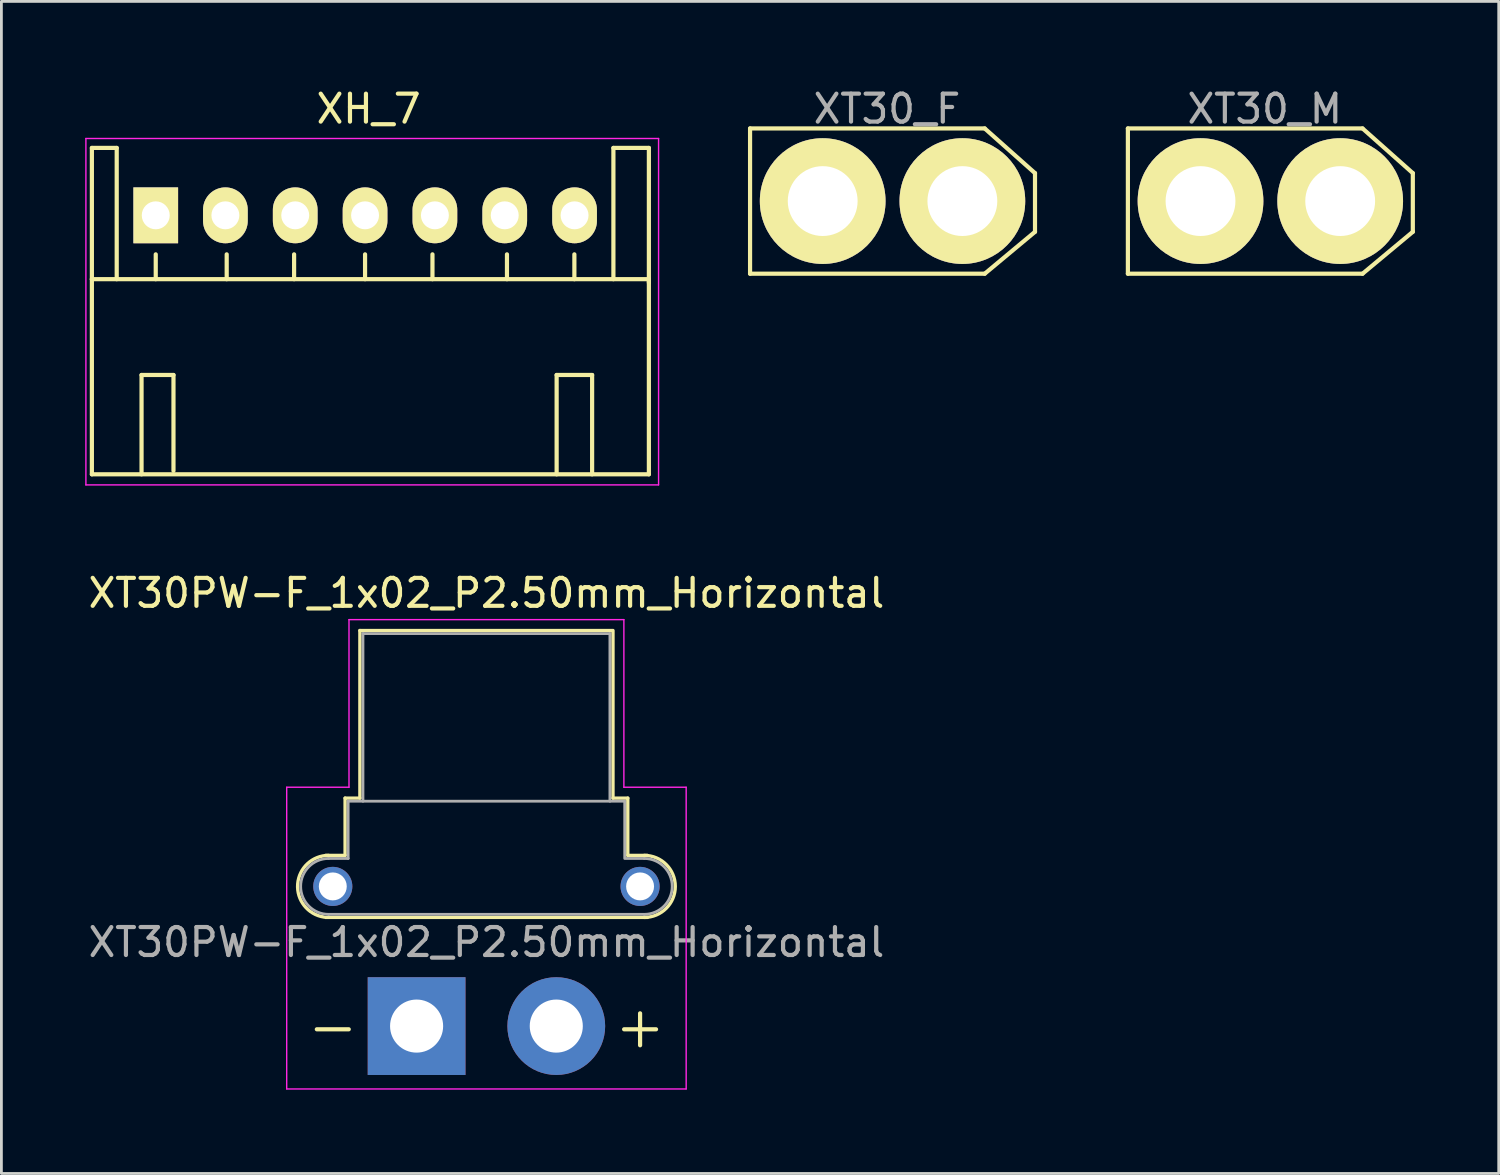
<source format=kicad_pcb>
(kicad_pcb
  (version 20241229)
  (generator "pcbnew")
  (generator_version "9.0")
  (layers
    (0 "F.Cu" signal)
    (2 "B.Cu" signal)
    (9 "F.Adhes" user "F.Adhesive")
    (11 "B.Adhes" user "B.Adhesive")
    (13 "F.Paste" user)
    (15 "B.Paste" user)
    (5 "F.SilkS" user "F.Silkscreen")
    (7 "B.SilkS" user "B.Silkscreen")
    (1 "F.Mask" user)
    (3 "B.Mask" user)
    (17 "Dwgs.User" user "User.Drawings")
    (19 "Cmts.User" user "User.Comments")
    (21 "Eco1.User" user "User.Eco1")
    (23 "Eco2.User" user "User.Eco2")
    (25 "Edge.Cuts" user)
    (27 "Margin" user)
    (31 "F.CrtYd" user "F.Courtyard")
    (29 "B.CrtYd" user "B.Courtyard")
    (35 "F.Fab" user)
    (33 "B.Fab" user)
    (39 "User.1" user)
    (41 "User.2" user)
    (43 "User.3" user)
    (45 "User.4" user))
  (footprint "XT30PW-F_1x02_P2.50mm_Horizontal"
    (layer "F.Cu")
    (at 11.863 33.681)
    (property "Reference" "XT30PW-F_1x02_P2.50mm_Horizontal" (at 2.5 -15.5 0) (layer "F.SilkS") (effects (font (size 1 1) (thickness 0.15))))
    (attr through_hole)
    (fp_line (start -3.26 -6.11) (end -2.56 -6.11) (stroke (width 0.12) (type solid)) (layer "F.SilkS"))
    (fp_line (start -3.26 -3.89) (end 8.26 -3.89) (stroke (width 0.12) (type solid)) (layer "F.SilkS"))
    (fp_line (start -2.56 -8.16) (end -2.56 -6.11) (stroke (width 0.12) (type solid)) (layer "F.SilkS"))
    (fp_line (start -2.56 -8.16) (end -2.03 -8.16) (stroke (width 0.12) (type solid)) (layer "F.SilkS"))
    (fp_line (start -2.03 -14.16) (end -2.03 -8.16) (stroke (width 0.12) (type solid)) (layer "F.SilkS"))
    (fp_line (start -2.03 -14.16) (end 7 -14.16) (stroke (width 0.12) (type solid)) (layer "F.SilkS"))
    (fp_line (start 7.03 -14.16) (end 7.03 -8.16) (stroke (width 0.12) (type solid)) (layer "F.SilkS"))
    (fp_line (start 7.03 -8.16) (end 7.56 -8.16) (stroke (width 0.12) (type solid)) (layer "F.SilkS"))
    (fp_line (start 7.56 -8.16) (end 7.56 -6.11) (stroke (width 0.12) (type solid)) (layer "F.SilkS"))
    (fp_line (start 7.56 -6.11) (end 8.26 -6.11) (stroke (width 0.12) (type solid)) (layer "F.SilkS"))
    (fp_arc (start -3.321729 -3.903365) (mid -4.256653 -5.086124) (end -3.15 -6.11) (stroke (width 0.12) (type solid)) (layer "F.SilkS"))
    (fp_arc (start 8.15 -6.11) (mid 9.26 -5) (end 8.15 -3.89) (stroke (width 0.12) (type solid)) (layer "F.SilkS"))
    (fp_line (start -4.65 -8.55) (end -4.65 2.25) (stroke (width 0.05) (type solid)) (layer "F.CrtYd"))
    (fp_line (start -4.65 -8.55) (end -2.42 -8.55) (stroke (width 0.05) (type solid)) (layer "F.CrtYd"))
    (fp_line (start -4.65 2.25) (end 9.65 2.25) (stroke (width 0.05) (type solid)) (layer "F.CrtYd"))
    (fp_line (start -2.42 -14.55) (end -2.42 -8.55) (stroke (width 0.05) (type solid)) (layer "F.CrtYd"))
    (fp_line (start -2.42 -14.55) (end 7.42 -14.55) (stroke (width 0.05) (type solid)) (layer "F.CrtYd"))
    (fp_line (start 7.42 -14.55) (end 7.42 -8.55) (stroke (width 0.05) (type solid)) (layer "F.CrtYd"))
    (fp_line (start 7.42 -8.55) (end 9.65 -8.55) (stroke (width 0.05) (type solid)) (layer "F.CrtYd"))
    (fp_line (start 9.65 -8.55) (end 9.65 2.25) (stroke (width 0.05) (type solid)) (layer "F.CrtYd"))
    (fp_line (start -3.15 -6) (end -2.45 -6) (stroke (width 0.1) (type solid)) (layer "F.Fab"))
    (fp_line (start -3.15 -4) (end 8.15 -4) (stroke (width 0.1) (type solid)) (layer "F.Fab"))
    (fp_line (start -2.45 -8.05) (end -2.45 -6) (stroke (width 0.1) (type solid)) (layer "F.Fab"))
    (fp_line (start -2.45 -8.05) (end 7.45 -8.05) (stroke (width 0.1) (type solid)) (layer "F.Fab"))
    (fp_line (start -1.92 -14.05) (end -1.92 -8.05) (stroke (width 0.1) (type solid)) (layer "F.Fab"))
    (fp_line (start -1.92 -14.05) (end 6.92 -14.05) (stroke (width 0.1) (type solid)) (layer "F.Fab"))
    (fp_line (start 6.92 -14.05) (end 6.92 -8.05) (stroke (width 0.1) (type solid)) (layer "F.Fab"))
    (fp_line (start 7.45 -8.05) (end 7.45 -6.05) (stroke (width 0.1) (type solid)) (layer "F.Fab"))
    (fp_line (start 7.45 -6) (end 8.15 -6) (stroke (width 0.1) (type solid)) (layer "F.Fab"))
    (fp_arc (start -3.15 -4) (mid -4.15 -5) (end -3.15 -6) (stroke (width 0.1) (type solid)) (layer "F.Fab"))
    (fp_arc (start 8.15 -6) (mid 9.15 -5) (end 8.15 -4) (stroke (width 0.1) (type solid)) (layer "F.Fab"))
    (fp_text user "+" (at 8 0 0) (layer "F.SilkS") (effects (font (size 1.5 1.5) (thickness 0.15))))
    (fp_text user "-" (at -3 0 0) (layer "F.SilkS") (effects (font (size 1.5 1.5) (thickness 0.15))))
    (fp_text user "${REFERENCE}" (at 2.5 -3 0) (layer "F.Fab") (effects (font (size 1 1) (thickness 0.15))))
    (pad "" thru_hole circle (at -3 -5 90) (size 1.4 1.4) (drill 1) (layers "*.Cu" "*.Mask"))
    (pad "" thru_hole circle (at 8 -5) (size 1.4 1.4) (drill 1) (layers "*.Cu" "*.Mask"))
    (pad "1" thru_hole rect (at 0 0) (size 3.5 3.5) (drill 1.9) (layers "*.Cu" "*.Mask"))
    (pad "2" thru_hole circle (at 5 0) (size 3.5 3.5) (drill 1.9) (layers "*.Cu" "*.Mask")))
  (footprint "XH_7"
    (layer "F.Cu")
    (at 2.525 4.658)
    (property "Reference" "XH_7" (at 7.62 -3.81 0) (layer "F.SilkS") (effects (font (size 1 1) (thickness 0.15))))
    (attr through_hole)
    (fp_line (start -2.286 -2.413) (end -1.397 -2.413) (stroke (width 0.15) (type solid)) (layer "F.SilkS"))
    (fp_line (start -2.286 2.286) (end -2.286 -2.413) (stroke (width 0.15) (type solid)) (layer "F.SilkS"))
    (fp_line (start -2.286 2.286) (end 17.653 2.286) (stroke (width 0.15) (type solid)) (layer "F.SilkS"))
    (fp_line (start -2.286 9.271) (end -2.286 2.286) (stroke (width 0.15) (type solid)) (layer "F.SilkS"))
    (fp_line (start -1.397 -2.413) (end -1.397 2.286) (stroke (width 0.15) (type solid)) (layer "F.SilkS"))
    (fp_line (start -0.508 5.715) (end 0.635 5.715) (stroke (width 0.15) (type solid)) (layer "F.SilkS"))
    (fp_line (start -0.508 9.271) (end -0.508 5.715) (stroke (width 0.15) (type solid)) (layer "F.SilkS"))
    (fp_line (start 0 2.286) (end 0 1.397) (stroke (width 0.15) (type solid)) (layer "F.SilkS"))
    (fp_line (start 0.635 5.715) (end 0.635 9.144) (stroke (width 0.15) (type solid)) (layer "F.SilkS"))
    (fp_line (start 2.54 2.286) (end 2.54 1.397) (stroke (width 0.15) (type solid)) (layer "F.SilkS"))
    (fp_line (start 4.953 2.286) (end 4.953 1.397) (stroke (width 0.15) (type solid)) (layer "F.SilkS"))
    (fp_line (start 7.493 2.286) (end 7.493 1.397) (stroke (width 0.15) (type solid)) (layer "F.SilkS"))
    (fp_line (start 9.906 2.286) (end 9.906 1.397) (stroke (width 0.15) (type solid)) (layer "F.SilkS"))
    (fp_line (start 12.573 2.286) (end 12.573 1.397) (stroke (width 0.15) (type solid)) (layer "F.SilkS"))
    (fp_line (start 14.351 5.715) (end 15.621 5.715) (stroke (width 0.15) (type solid)) (layer "F.SilkS"))
    (fp_line (start 14.351 9.271) (end 14.351 5.715) (stroke (width 0.15) (type solid)) (layer "F.SilkS"))
    (fp_line (start 14.986 2.286) (end 14.986 1.397) (stroke (width 0.15) (type solid)) (layer "F.SilkS"))
    (fp_line (start 15.621 5.715) (end 15.621 9.271) (stroke (width 0.15) (type solid)) (layer "F.SilkS"))
    (fp_line (start 16.383 -2.413) (end 16.383 2.286) (stroke (width 0.15) (type solid)) (layer "F.SilkS"))
    (fp_line (start 17.653 -2.413) (end 16.383 -2.413) (stroke (width 0.15) (type solid)) (layer "F.SilkS"))
    (fp_line (start 17.653 2.286) (end 17.653 9.271) (stroke (width 0.15) (type solid)) (layer "F.SilkS"))
    (fp_line (start 17.653 2.413) (end 17.653 -2.413) (stroke (width 0.15) (type solid)) (layer "F.SilkS"))
    (fp_line (start 17.653 9.271) (end -2.286 9.271) (stroke (width 0.15) (type solid)) (layer "F.SilkS"))
    (fp_line (start -2.5 -2.75) (end 18 -2.75) (stroke (width 0.05) (type solid)) (layer "F.CrtYd"))
    (fp_line (start -2.5 9.65) (end -2.5 -2.75) (stroke (width 0.05) (type solid)) (layer "F.CrtYd"))
    (fp_line (start 18 -2.75) (end 18 9.65) (stroke (width 0.05) (type solid)) (layer "F.CrtYd"))
    (fp_line (start 18 9.65) (end -2.5 9.65) (stroke (width 0.05) (type solid)) (layer "F.CrtYd"))
    (pad "1" thru_hole rect (at 0 0) (size 1.6 2) (drill 1) (layers "*.Cu" "*.Mask" "F.SilkS"))
    (pad "2" thru_hole oval (at 2.493 0) (size 1.6 2) (drill 1) (layers "*.Cu" "*.Mask" "F.SilkS"))
    (pad "3" thru_hole oval (at 4.993 0) (size 1.6 2) (drill 1) (layers "*.Cu" "*.Mask" "F.SilkS"))
    (pad "4" thru_hole oval (at 7.493 0) (size 1.6 2) (drill 1) (layers "*.Cu" "*.Mask" "F.SilkS"))
    (pad "5" thru_hole oval (at 9.993 0) (size 1.6 2) (drill 1) (layers "*.Cu" "*.Mask" "F.SilkS"))
    (pad "6" thru_hole oval (at 12.493 0) (size 1.6 2) (drill 1) (layers "*.Cu" "*.Mask" "F.SilkS"))
    (pad "7" thru_hole oval (at 14.993 0) (size 1.6 2) (drill 1) (layers "*.Cu" "*.Mask" "F.SilkS")))
  (footprint "XT30_F"
    (layer "F.Cu")
    (at 23.8 1.548)
    (property "Reference" "XT30_F" (at 4.9 -0.7 0) (layer "F.Fab") (effects (font (size 1 1) (thickness 0.15))))
    (attr through_hole)
    (fp_line (start 0 0) (end 0 5.2) (stroke (width 0.15) (type solid)) (layer "F.SilkS"))
    (fp_line (start 8.4 0) (end 0 0) (stroke (width 0.15) (type solid)) (layer "F.SilkS"))
    (fp_line (start 8.4 0) (end 10.2 1.6) (stroke (width 0.15) (type solid)) (layer "F.SilkS"))
    (fp_line (start 8.4 5.2) (end 0 5.2) (stroke (width 0.15) (type solid)) (layer "F.SilkS"))
    (fp_line (start 8.4 5.2) (end 10.2 3.7) (stroke (width 0.15) (type solid)) (layer "F.SilkS"))
    (fp_line (start 10.2 1.6) (end 10.2 3.7) (stroke (width 0.15) (type solid)) (layer "F.SilkS"))
    (pad "1" thru_hole circle (at 7.6 2.6) (size 4.5 4.5) (drill 2.5) (layers "*.Cu" "*.Mask" "F.SilkS"))
    (pad "2" thru_hole circle (at 2.6 2.6) (size 4.5 4.5) (drill 2.5) (layers "*.Cu" "*.Mask" "F.SilkS")))
  (footprint "XT30_M"
    (layer "F.Cu")
    (at 37.325 1.548)
    (property "Reference" "XT30_M" (at 4.9 -0.7 0) (layer "F.Fab") (effects (font (size 1 1) (thickness 0.15))))
    (attr through_hole)
    (fp_line (start 0 0) (end 0 5.2) (stroke (width 0.15) (type solid)) (layer "F.SilkS"))
    (fp_line (start 8.4 0) (end 0 0) (stroke (width 0.15) (type solid)) (layer "F.SilkS"))
    (fp_line (start 8.4 0) (end 10.2 1.6) (stroke (width 0.15) (type solid)) (layer "F.SilkS"))
    (fp_line (start 8.4 5.2) (end 0 5.2) (stroke (width 0.15) (type solid)) (layer "F.SilkS"))
    (fp_line (start 8.4 5.2) (end 10.2 3.7) (stroke (width 0.15) (type solid)) (layer "F.SilkS"))
    (fp_line (start 10.2 1.6) (end 10.2 3.7) (stroke (width 0.15) (type solid)) (layer "F.SilkS"))
    (pad "1" thru_hole circle (at 7.6 2.6) (size 4.5 4.5) (drill 2.5) (layers "*.Cu" "*.Mask" "F.SilkS"))
    (pad "2" thru_hole circle (at 2.6 2.6) (size 4.5 4.5) (drill 2.5) (layers "*.Cu" "*.Mask" "F.SilkS")))
  (gr_rect
    (start -3 -3)
    (end 50.6 38.956)
    (stroke (width 0.1) (type default))
    (fill no)
    (layer "Edge.Cuts")))
</source>
